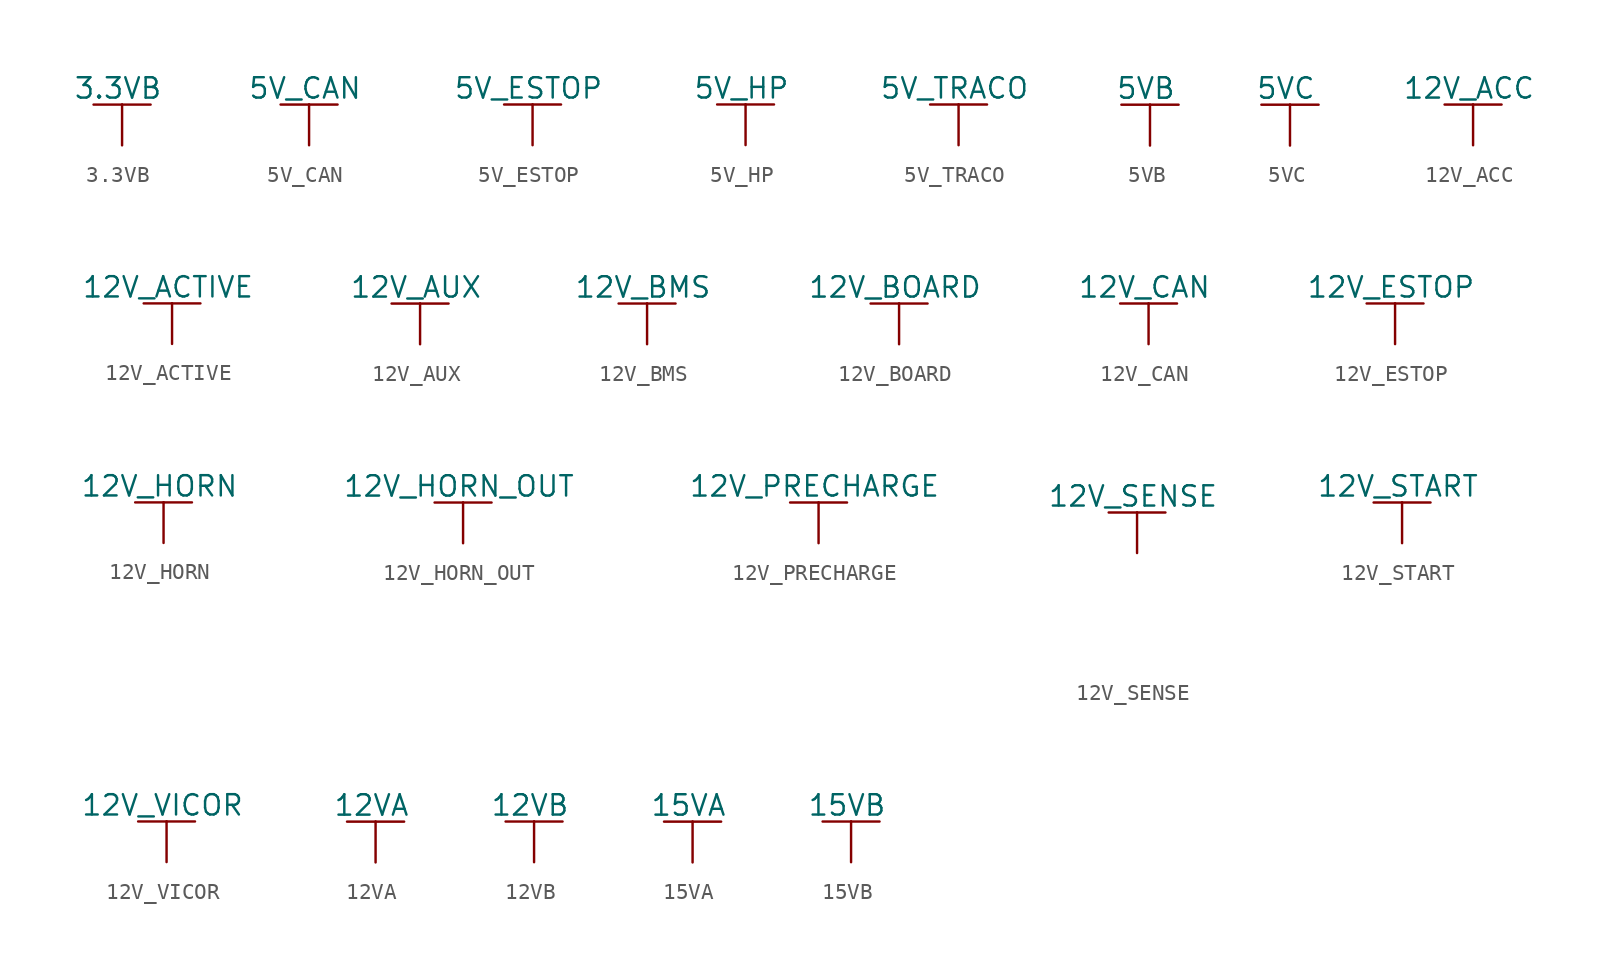
<source format=kicad_sym>
(kicad_symbol_lib
  (version 20231120)
  (generator "kicad_symbol_editor")
  (generator_version "8.0")
  (symbol "3.3VB"
    (power)
    (pin_numbers hide)
    (pin_names
      (offset 0) hide)
    (property "Reference" "#PWR"
      (at 0 -3.81 0)
      (effects (font (size 1.27 1.27)) (hide yes)))
    (property "Value" "3.3VB"
      (at -0.254 3.556 0)
      (effects (font (size 1.27 1.27))))
    (property "Footprint" ""
      (at 0 0 0)
      (effects (font (size 1.524 1.524))))
    (property "Datasheet" ""
      (at 0 0 0)
      (effects (font (size 1.524 1.524))))
    (symbol "3.3VB_0_1"
      (polyline (pts (xy -1.778 2.54) (xy 0 2.54)) (stroke (width 0) (type default)) (fill (type none)))
      (polyline (pts (xy 0 0) (xy 0 2.54)) (stroke (width 0) (type default)) (fill (type none)))
      (polyline (pts (xy 0 2.54) (xy 1.778 2.54)) (stroke (width 0) (type default)) (fill (type none))))
    (symbol "3.3VB_1_1"
      (pin power_in line (at 0 0 90) (length 0) hide (name "3.3VB" (effects (font (size 1.27 1.27)))) (number "1" (effects (font (size 1.27 1.27)))))))
  (symbol "5V_CAN"
    (power)
    (pin_numbers hide)
    (pin_names
      (offset 0) hide)
    (property "Reference" "#PWR"
      (at 0 -3.81 0)
      (effects (font (size 1.27 1.27)) (hide yes)))
    (property "Value" "5V_CAN"
      (at -0.254 3.556 0)
      (effects (font (size 1.27 1.27))))
    (property "Footprint" ""
      (at 0 0 0)
      (effects (font (size 1.524 1.524))))
    (property "Datasheet" ""
      (at 0 0 0)
      (effects (font (size 1.524 1.524))))
    (symbol "5V_CAN_0_1"
      (polyline (pts (xy -1.778 2.54) (xy 0 2.54)) (stroke (width 0) (type default)) (fill (type none)))
      (polyline (pts (xy 0 0) (xy 0 2.54)) (stroke (width 0) (type default)) (fill (type none)))
      (polyline (pts (xy 0 2.54) (xy 1.778 2.54)) (stroke (width 0) (type default)) (fill (type none))))
    (symbol "5V_CAN_1_1"
      (pin power_in line (at 0 0 90) (length 0) hide (name "5V_CAN" (effects (font (size 1.27 1.27)))) (number "1" (effects (font (size 1.27 1.27)))))))
  (symbol "5V_ESTOP"
    (power)
    (pin_numbers hide)
    (pin_names
      (offset 0) hide)
    (property "Reference" "#PWR"
      (at 0 -3.81 0)
      (effects (font (size 1.27 1.27)) (hide yes)))
    (property "Value" "5V_ESTOP"
      (at -0.254 3.556 0)
      (effects (font (size 1.27 1.27))))
    (property "Footprint" ""
      (at 0 0 0)
      (effects (font (size 1.524 1.524))))
    (property "Datasheet" ""
      (at 0 0 0)
      (effects (font (size 1.524 1.524))))
    (symbol "5V_ESTOP_0_1"
      (polyline (pts (xy -1.778 2.54) (xy 0 2.54)) (stroke (width 0) (type default)) (fill (type none)))
      (polyline (pts (xy 0 0) (xy 0 2.54)) (stroke (width 0) (type default)) (fill (type none)))
      (polyline (pts (xy 0 2.54) (xy 1.778 2.54)) (stroke (width 0) (type default)) (fill (type none))))
    (symbol "5V_ESTOP_1_1"
      (pin power_in line (at 0 0 90) (length 0) hide (name "5V_ESTOP" (effects (font (size 1.27 1.27)))) (number "1" (effects (font (size 1.27 1.27)))))))
  (symbol "5V_HP"
    (power)
    (pin_numbers hide)
    (pin_names
      (offset 0) hide)
    (property "Reference" "#PWR"
      (at 0 -3.81 0)
      (effects (font (size 1.27 1.27)) (hide yes)))
    (property "Value" "5V_HP"
      (at -0.254 3.556 0)
      (effects (font (size 1.27 1.27))))
    (property "Footprint" ""
      (at 0 0 0)
      (effects (font (size 1.524 1.524))))
    (property "Datasheet" ""
      (at 0 0 0)
      (effects (font (size 1.524 1.524))))
    (symbol "5V_HP_0_1"
      (polyline (pts (xy -1.778 2.54) (xy 0 2.54)) (stroke (width 0) (type default)) (fill (type none)))
      (polyline (pts (xy 0 0) (xy 0 2.54)) (stroke (width 0) (type default)) (fill (type none)))
      (polyline (pts (xy 0 2.54) (xy 1.778 2.54)) (stroke (width 0) (type default)) (fill (type none))))
    (symbol "5V_HP_1_1"
      (pin power_in line (at 0 0 90) (length 0) hide (name "5V_HP" (effects (font (size 1.27 1.27)))) (number "1" (effects (font (size 1.27 1.27)))))))
  (symbol "5V_TRACO"
    (power)
    (pin_numbers hide)
    (pin_names
      (offset 0) hide)
    (property "Reference" "#PWR"
      (at 0 -3.81 0)
      (effects (font (size 1.27 1.27)) (hide yes)))
    (property "Value" "5V_TRACO"
      (at -0.254 3.556 0)
      (effects (font (size 1.27 1.27))))
    (property "Footprint" ""
      (at 0 0 0)
      (effects (font (size 1.524 1.524))))
    (property "Datasheet" ""
      (at 0 0 0)
      (effects (font (size 1.524 1.524))))
    (symbol "5V_TRACO_0_1"
      (polyline (pts (xy -1.778 2.54) (xy 0 2.54)) (stroke (width 0) (type default)) (fill (type none)))
      (polyline (pts (xy 0 0) (xy 0 2.54)) (stroke (width 0) (type default)) (fill (type none)))
      (polyline (pts (xy 0 2.54) (xy 1.778 2.54)) (stroke (width 0) (type default)) (fill (type none))))
    (symbol "5V_TRACO_1_1"
      (pin power_in line (at 0 0 90) (length 0) hide (name "5V_TRACO" (effects (font (size 1.27 1.27)))) (number "1" (effects (font (size 1.27 1.27)))))))
  (symbol "5VB"
    (power)
    (pin_numbers hide)
    (pin_names
      (offset 0) hide)
    (property "Reference" "#PWR"
      (at 0 -3.81 0)
      (effects (font (size 1.27 1.27)) (hide yes)))
    (property "Value" "5VB"
      (at -0.254 3.556 0)
      (effects (font (size 1.27 1.27))))
    (property "Footprint" ""
      (at 0 0 0)
      (effects (font (size 1.524 1.524))))
    (property "Datasheet" ""
      (at 0 0 0)
      (effects (font (size 1.524 1.524))))
    (symbol "5VB_0_1"
      (polyline (pts (xy -1.778 2.54) (xy 0 2.54)) (stroke (width 0) (type default)) (fill (type none)))
      (polyline (pts (xy 0 0) (xy 0 2.54)) (stroke (width 0) (type default)) (fill (type none)))
      (polyline (pts (xy 0 2.54) (xy 1.778 2.54)) (stroke (width 0) (type default)) (fill (type none))))
    (symbol "5VB_1_1"
      (pin power_in line (at 0 0 90) (length 0) hide (name "5VB" (effects (font (size 1.27 1.27)))) (number "1" (effects (font (size 1.27 1.27)))))))
  (symbol "5VC"
    (power)
    (pin_numbers hide)
    (pin_names
      (offset 0) hide)
    (property "Reference" "#PWR"
      (at 0 -3.81 0)
      (effects (font (size 1.27 1.27)) (hide yes)))
    (property "Value" "5VC"
      (at -0.254 3.556 0)
      (effects (font (size 1.27 1.27))))
    (property "Footprint" ""
      (at 0 0 0)
      (effects (font (size 1.524 1.524))))
    (property "Datasheet" ""
      (at 0 0 0)
      (effects (font (size 1.524 1.524))))
    (symbol "5VC_0_1"
      (polyline (pts (xy -1.778 2.54) (xy 0 2.54)) (stroke (width 0) (type default)) (fill (type none)))
      (polyline (pts (xy 0 0) (xy 0 2.54)) (stroke (width 0) (type default)) (fill (type none)))
      (polyline (pts (xy 0 2.54) (xy 1.778 2.54)) (stroke (width 0) (type default)) (fill (type none))))
    (symbol "5VC_1_1"
      (pin power_in line (at 0 0 90) (length 0) hide (name "5VC" (effects (font (size 1.27 1.27)))) (number "1" (effects (font (size 1.27 1.27)))))))
  (symbol "12V_ACC"
    (power)
    (pin_numbers hide)
    (pin_names
      (offset 0) hide)
    (property "Reference" "#PWR"
      (at 0 -3.81 0)
      (effects (font (size 1.27 1.27)) (hide yes)))
    (property "Value" "12V_ACC"
      (at -0.254 3.556 0)
      (effects (font (size 1.27 1.27))))
    (property "Footprint" ""
      (at 0 0 0)
      (effects (font (size 1.524 1.524))))
    (property "Datasheet" ""
      (at 0 0 0)
      (effects (font (size 1.524 1.524))))
    (symbol "12V_ACC_0_1"
      (polyline (pts (xy -1.778 2.54) (xy 0 2.54)) (stroke (width 0) (type default)) (fill (type none)))
      (polyline (pts (xy 0 0) (xy 0 2.54)) (stroke (width 0) (type default)) (fill (type none)))
      (polyline (pts (xy 0 2.54) (xy 1.778 2.54)) (stroke (width 0) (type default)) (fill (type none))))
    (symbol "12V_ACC_1_1"
      (pin power_in line (at 0 0 90) (length 0) hide (name "12V_ACC" (effects (font (size 1.27 1.27)))) (number "1" (effects (font (size 1.27 1.27)))))))
  (symbol "12V_ACTIVE"
    (power)
    (pin_numbers hide)
    (pin_names
      (offset 0) hide)
    (property "Reference" "#PWR"
      (at 0 -3.81 0)
      (effects (font (size 1.27 1.27)) (hide yes)))
    (property "Value" "12V_ACTIVE"
      (at -0.254 3.556 0)
      (effects (font (size 1.27 1.27))))
    (property "Footprint" ""
      (at 0 0 0)
      (effects (font (size 1.524 1.524))))
    (property "Datasheet" ""
      (at 0 0 0)
      (effects (font (size 1.524 1.524))))
    (symbol "12V_ACTIVE_0_1"
      (polyline (pts (xy -1.778 2.54) (xy 0 2.54)) (stroke (width 0) (type default)) (fill (type none)))
      (polyline (pts (xy 0 0) (xy 0 2.54)) (stroke (width 0) (type default)) (fill (type none)))
      (polyline (pts (xy 0 2.54) (xy 1.778 2.54)) (stroke (width 0) (type default)) (fill (type none))))
    (symbol "12V_ACTIVE_1_1"
      (pin power_in line (at 0 0 90) (length 0) hide (name "12V_ACTIVE" (effects (font (size 1.27 1.27)))) (number "1" (effects (font (size 1.27 1.27)))))))
  (symbol "12V_AUX"
    (power)
    (pin_numbers hide)
    (pin_names
      (offset 0) hide)
    (property "Reference" "#PWR"
      (at 0 -3.81 0)
      (effects (font (size 1.27 1.27)) (hide yes)))
    (property "Value" "12V_AUX"
      (at -0.254 3.556 0)
      (effects (font (size 1.27 1.27))))
    (property "Footprint" ""
      (at 0 0 0)
      (effects (font (size 1.524 1.524))))
    (property "Datasheet" ""
      (at 0 0 0)
      (effects (font (size 1.524 1.524))))
    (symbol "12V_AUX_0_1"
      (polyline (pts (xy -1.778 2.54) (xy 0 2.54)) (stroke (width 0) (type default)) (fill (type none)))
      (polyline (pts (xy 0 0) (xy 0 2.54)) (stroke (width 0) (type default)) (fill (type none)))
      (polyline (pts (xy 0 2.54) (xy 1.778 2.54)) (stroke (width 0) (type default)) (fill (type none))))
    (symbol "12V_AUX_1_1"
      (pin power_in line (at 0 0 90) (length 0) hide (name "12V_AUX" (effects (font (size 1.27 1.27)))) (number "1" (effects (font (size 1.27 1.27)))))))
  (symbol "12V_BMS"
    (power)
    (pin_numbers hide)
    (pin_names
      (offset 0) hide)
    (property "Reference" "#PWR"
      (at 0 -3.81 0)
      (effects (font (size 1.27 1.27)) (hide yes)))
    (property "Value" "12V_BMS"
      (at -0.254 3.556 0)
      (effects (font (size 1.27 1.27))))
    (property "Footprint" ""
      (at 0 0 0)
      (effects (font (size 1.524 1.524))))
    (property "Datasheet" ""
      (at 0 0 0)
      (effects (font (size 1.524 1.524))))
    (symbol "12V_BMS_0_1"
      (polyline (pts (xy -1.778 2.54) (xy 0 2.54)) (stroke (width 0) (type default)) (fill (type none)))
      (polyline (pts (xy 0 0) (xy 0 2.54)) (stroke (width 0) (type default)) (fill (type none)))
      (polyline (pts (xy 0 2.54) (xy 1.778 2.54)) (stroke (width 0) (type default)) (fill (type none))))
    (symbol "12V_BMS_1_1"
      (pin power_in line (at 0 0 90) (length 0) hide (name "12V_BMS" (effects (font (size 1.27 1.27)))) (number "1" (effects (font (size 1.27 1.27)))))))
  (symbol "12V_BOARD"
    (power)
    (pin_numbers hide)
    (pin_names
      (offset 0) hide)
    (property "Reference" "#PWR"
      (at 0 -3.81 0)
      (effects (font (size 1.27 1.27)) (hide yes)))
    (property "Value" "12V_BOARD"
      (at -0.254 3.556 0)
      (effects (font (size 1.27 1.27))))
    (property "Footprint" ""
      (at 0 0 0)
      (effects (font (size 1.524 1.524))))
    (property "Datasheet" ""
      (at 0 0 0)
      (effects (font (size 1.524 1.524))))
    (symbol "12V_BOARD_0_1"
      (polyline (pts (xy -1.778 2.54) (xy 0 2.54)) (stroke (width 0) (type default)) (fill (type none)))
      (polyline (pts (xy 0 0) (xy 0 2.54)) (stroke (width 0) (type default)) (fill (type none)))
      (polyline (pts (xy 0 2.54) (xy 1.778 2.54)) (stroke (width 0) (type default)) (fill (type none))))
    (symbol "12V_BOARD_1_1"
      (pin power_in line (at 0 0 90) (length 0) hide (name "12V_BOARD" (effects (font (size 1.27 1.27)))) (number "1" (effects (font (size 1.27 1.27)))))))
  (symbol "12V_CAN"
    (power)
    (pin_numbers hide)
    (pin_names
      (offset 0) hide)
    (property "Reference" "#PWR"
      (at 0 -3.81 0)
      (effects (font (size 1.27 1.27)) (hide yes)))
    (property "Value" "12V_CAN"
      (at -0.254 3.556 0)
      (effects (font (size 1.27 1.27))))
    (property "Footprint" ""
      (at 0 0 0)
      (effects (font (size 1.524 1.524))))
    (property "Datasheet" ""
      (at 0 0 0)
      (effects (font (size 1.524 1.524))))
    (symbol "12V_CAN_0_1"
      (polyline (pts (xy -1.778 2.54) (xy 0 2.54)) (stroke (width 0) (type default)) (fill (type none)))
      (polyline (pts (xy 0 0) (xy 0 2.54)) (stroke (width 0) (type default)) (fill (type none)))
      (polyline (pts (xy 0 2.54) (xy 1.778 2.54)) (stroke (width 0) (type default)) (fill (type none))))
    (symbol "12V_CAN_1_1"
      (pin power_in line (at 0 0 90) (length 0) hide (name "12V_CAN" (effects (font (size 1.27 1.27)))) (number "1" (effects (font (size 1.27 1.27)))))))
  (symbol "12V_ESTOP"
    (power)
    (pin_numbers hide)
    (pin_names
      (offset 0) hide)
    (property "Reference" "#PWR"
      (at 0 -3.81 0)
      (effects (font (size 1.27 1.27)) (hide yes)))
    (property "Value" "12V_ESTOP"
      (at -0.254 3.556 0)
      (effects (font (size 1.27 1.27))))
    (property "Footprint" ""
      (at 0 0 0)
      (effects (font (size 1.524 1.524))))
    (property "Datasheet" ""
      (at 0 0 0)
      (effects (font (size 1.524 1.524))))
    (symbol "12V_ESTOP_0_1"
      (polyline (pts (xy -1.778 2.54) (xy 0 2.54)) (stroke (width 0) (type default)) (fill (type none)))
      (polyline (pts (xy 0 0) (xy 0 2.54)) (stroke (width 0) (type default)) (fill (type none)))
      (polyline (pts (xy 0 2.54) (xy 1.778 2.54)) (stroke (width 0) (type default)) (fill (type none))))
    (symbol "12V_ESTOP_1_1"
      (pin power_in line (at 0 0 90) (length 0) hide (name "12V_ESTOP" (effects (font (size 1.27 1.27)))) (number "1" (effects (font (size 1.27 1.27)))))))
  (symbol "12V_HORN"
    (power)
    (pin_numbers hide)
    (pin_names
      (offset 0) hide)
    (property "Reference" "#PWR"
      (at 0 -3.81 0)
      (effects (font (size 1.27 1.27)) (hide yes)))
    (property "Value" "12V_HORN"
      (at -0.254 3.556 0)
      (effects (font (size 1.27 1.27))))
    (property "Footprint" ""
      (at 0 0 0)
      (effects (font (size 1.524 1.524))))
    (property "Datasheet" ""
      (at 0 0 0)
      (effects (font (size 1.524 1.524))))
    (symbol "12V_HORN_0_1"
      (polyline (pts (xy -1.778 2.54) (xy 0 2.54)) (stroke (width 0) (type default)) (fill (type none)))
      (polyline (pts (xy 0 0) (xy 0 2.54)) (stroke (width 0) (type default)) (fill (type none)))
      (polyline (pts (xy 0 2.54) (xy 1.778 2.54)) (stroke (width 0) (type default)) (fill (type none))))
    (symbol "12V_HORN_1_1"
      (pin power_in line (at 0 0 90) (length 0) hide (name "12V_HORN" (effects (font (size 1.27 1.27)))) (number "1" (effects (font (size 1.27 1.27)))))))
  (symbol "12V_HORN_OUT"
    (power)
    (pin_numbers hide)
    (pin_names
      (offset 0) hide)
    (property "Reference" "#PWR"
      (at 0 -3.81 0)
      (effects (font (size 1.27 1.27)) (hide yes)))
    (property "Value" "12V_HORN_OUT"
      (at -0.254 3.556 0)
      (effects (font (size 1.27 1.27))))
    (property "Footprint" ""
      (at 0 0 0)
      (effects (font (size 1.524 1.524))))
    (property "Datasheet" ""
      (at 0 0 0)
      (effects (font (size 1.524 1.524))))
    (symbol "12V_HORN_OUT_0_1"
      (polyline (pts (xy -1.778 2.54) (xy 0 2.54)) (stroke (width 0) (type default)) (fill (type none)))
      (polyline (pts (xy 0 0) (xy 0 2.54)) (stroke (width 0) (type default)) (fill (type none)))
      (polyline (pts (xy 0 2.54) (xy 1.778 2.54)) (stroke (width 0) (type default)) (fill (type none))))
    (symbol "12V_HORN_OUT_1_1"
      (pin power_in line (at 0 0 90) (length 0) hide (name "12V_HORN_OUT" (effects (font (size 1.27 1.27)))) (number "1" (effects (font (size 1.27 1.27)))))))
  (symbol "12V_PRECHARGE"
    (power)
    (pin_numbers hide)
    (pin_names
      (offset 0) hide)
    (property "Reference" "#PWR"
      (at 0 -3.81 0)
      (effects (font (size 1.27 1.27)) (hide yes)))
    (property "Value" "12V_PRECHARGE"
      (at -0.254 3.556 0)
      (effects (font (size 1.27 1.27))))
    (property "Footprint" ""
      (at 0 0 0)
      (effects (font (size 1.524 1.524))))
    (property "Datasheet" ""
      (at 0 0 0)
      (effects (font (size 1.524 1.524))))
    (symbol "12V_PRECHARGE_0_1"
      (polyline (pts (xy -1.778 2.54) (xy 0 2.54)) (stroke (width 0) (type default)) (fill (type none)))
      (polyline (pts (xy 0 0) (xy 0 2.54)) (stroke (width 0) (type default)) (fill (type none)))
      (polyline (pts (xy 0 2.54) (xy 1.778 2.54)) (stroke (width 0) (type default)) (fill (type none))))
    (symbol "12V_PRECHARGE_1_1"
      (pin power_in line (at 0 0 90) (length 0) hide (name "12V_PRECHARGE" (effects (font (size 1.27 1.27)))) (number "1" (effects (font (size 1.27 1.27)))))))
  (symbol "12V_SENSE"
    (power)
    (pin_numbers hide)
    (pin_names
      (offset 0) hide)
    (property "Reference" "#PWR"
      (at 0 -3.81 0)
      (effects (font (size 1.27 1.27)) (hide yes)))
    (property "Value" "12V_SENSE"
      (at -0.254 3.556 0)
      (effects (font (size 1.27 1.27))))
    (property "Footprint" ""
      (at -2.54 -6.35 0)
      (effects (font (size 1.524 1.524))))
    (property "Datasheet" ""
      (at 0 -3.81 0)
      (effects (font (size 1.524 1.524))))
    (symbol "12V_SENSE_0_1"
      (polyline (pts (xy -1.778 2.54) (xy 0 2.54)) (stroke (width 0) (type default)) (fill (type none)))
      (polyline (pts (xy 0 0) (xy 0 2.54)) (stroke (width 0) (type default)) (fill (type none)))
      (polyline (pts (xy 0 2.54) (xy 1.778 2.54)) (stroke (width 0) (type default)) (fill (type none))))
    (symbol "12V_SENSE_1_1"
      (pin power_in line (at 0 0 90) (length 0) hide (name "12V_SENSE" (effects (font (size 1.27 1.27)))) (number "1" (effects (font (size 1.27 1.27)))))))
  (symbol "12V_START"
    (power)
    (pin_numbers hide)
    (pin_names
      (offset 0) hide)
    (property "Reference" "PWR"
      (at 0 -3.81 0)
      (effects (font (size 1.27 1.27)) (hide yes)))
    (property "Value" "12V_START"
      (at -0.254 3.556 0)
      (effects (font (size 1.27 1.27))))
    (property "Footprint" ""
      (at 0 0 0)
      (effects (font (size 1.524 1.524))))
    (property "Datasheet" ""
      (at 0 0 0)
      (effects (font (size 1.524 1.524))))
    (symbol "12V_START_0_1"
      (polyline (pts (xy -1.778 2.54) (xy 0 2.54)) (stroke (width 0) (type default)) (fill (type none)))
      (polyline (pts (xy 0 0) (xy 0 2.54)) (stroke (width 0) (type default)) (fill (type none)))
      (polyline (pts (xy 0 2.54) (xy 1.778 2.54)) (stroke (width 0) (type default)) (fill (type none))))
    (symbol "12V_START_1_1"
      (pin power_in line (at 0 0 90) (length 0) hide (name "12V_START" (effects (font (size 1.27 1.27)))) (number "1" (effects (font (size 1.27 1.27)))))))
  (symbol "12V_VICOR"
    (power)
    (pin_numbers hide)
    (pin_names
      (offset 0) hide)
    (property "Reference" "#PWR"
      (at 0 -3.81 0)
      (effects (font (size 1.27 1.27)) (hide yes)))
    (property "Value" "12V_VICOR"
      (at -0.254 3.556 0)
      (effects (font (size 1.27 1.27))))
    (property "Footprint" ""
      (at 0 0 0)
      (effects (font (size 1.524 1.524))))
    (property "Datasheet" ""
      (at 0 0 0)
      (effects (font (size 1.524 1.524))))
    (symbol "12V_VICOR_0_1"
      (polyline (pts (xy -1.778 2.54) (xy 0 2.54)) (stroke (width 0) (type default)) (fill (type none)))
      (polyline (pts (xy 0 0) (xy 0 2.54)) (stroke (width 0) (type default)) (fill (type none)))
      (polyline (pts (xy 0 2.54) (xy 1.778 2.54)) (stroke (width 0) (type default)) (fill (type none))))
    (symbol "12V_VICOR_1_1"
      (pin power_in line (at 0 0 90) (length 0) hide (name "12V_VICOR" (effects (font (size 1.27 1.27)))) (number "1" (effects (font (size 1.27 1.27)))))))
  (symbol "12VA"
    (power)
    (pin_numbers hide)
    (pin_names
      (offset 0) hide)
    (property "Reference" "#PWR"
      (at 0 -3.81 0)
      (effects (font (size 1.27 1.27)) (hide yes)))
    (property "Value" "12VA"
      (at -0.254 3.556 0)
      (effects (font (size 1.27 1.27))))
    (property "Footprint" ""
      (at 0 0 0)
      (effects (font (size 1.524 1.524))))
    (property "Datasheet" ""
      (at 0 0 0)
      (effects (font (size 1.524 1.524))))
    (symbol "12VA_0_1"
      (polyline (pts (xy -1.778 2.54) (xy 0 2.54)) (stroke (width 0) (type default)) (fill (type none)))
      (polyline (pts (xy 0 0) (xy 0 2.54)) (stroke (width 0) (type default)) (fill (type none)))
      (polyline (pts (xy 0 2.54) (xy 1.778 2.54)) (stroke (width 0) (type default)) (fill (type none))))
    (symbol "12VA_1_1"
      (pin power_in line (at 0 0 90) (length 0) hide (name "12VA" (effects (font (size 1.27 1.27)))) (number "1" (effects (font (size 1.27 1.27)))))))
  (symbol "12VB"
    (power)
    (pin_numbers hide)
    (pin_names
      (offset 0) hide)
    (property "Reference" "#PWR"
      (at 0 -3.81 0)
      (effects (font (size 1.27 1.27)) (hide yes)))
    (property "Value" "12VB"
      (at -0.254 3.556 0)
      (effects (font (size 1.27 1.27))))
    (property "Footprint" ""
      (at 0 0 0)
      (effects (font (size 1.524 1.524))))
    (property "Datasheet" ""
      (at 0 0 0)
      (effects (font (size 1.524 1.524))))
    (symbol "12VB_0_1"
      (polyline (pts (xy -1.778 2.54) (xy 0 2.54)) (stroke (width 0) (type default)) (fill (type none)))
      (polyline (pts (xy 0 0) (xy 0 2.54)) (stroke (width 0) (type default)) (fill (type none)))
      (polyline (pts (xy 0 2.54) (xy 1.778 2.54)) (stroke (width 0) (type default)) (fill (type none))))
    (symbol "12VB_1_1"
      (pin power_in line (at 0 0 90) (length 0) hide (name "12VB" (effects (font (size 1.27 1.27)))) (number "1" (effects (font (size 1.27 1.27)))))))
  (symbol "15VA"
    (power)
    (pin_numbers hide)
    (pin_names
      (offset 0) hide)
    (property "Reference" "#PWR"
      (at 0 -3.81 0)
      (effects (font (size 1.27 1.27)) (hide yes)))
    (property "Value" "15VA"
      (at -0.254 3.556 0)
      (effects (font (size 1.27 1.27))))
    (property "Footprint" ""
      (at 0 0 0)
      (effects (font (size 1.524 1.524))))
    (property "Datasheet" ""
      (at 0 0 0)
      (effects (font (size 1.524 1.524))))
    (symbol "15VA_0_1"
      (polyline (pts (xy -1.778 2.54) (xy 0 2.54)) (stroke (width 0) (type default)) (fill (type none)))
      (polyline (pts (xy 0 0) (xy 0 2.54)) (stroke (width 0) (type default)) (fill (type none)))
      (polyline (pts (xy 0 2.54) (xy 1.778 2.54)) (stroke (width 0) (type default)) (fill (type none))))
    (symbol "15VA_1_1"
      (pin power_in line (at 0 0 90) (length 0) hide (name "15VA" (effects (font (size 1.27 1.27)))) (number "1" (effects (font (size 1.27 1.27)))))))
  (symbol "15VB"
    (power)
    (pin_numbers hide)
    (pin_names
      (offset 0) hide)
    (property "Reference" "#PWR"
      (at 0 -3.81 0)
      (effects (font (size 1.27 1.27)) (hide yes)))
    (property "Value" "15VB"
      (at -0.254 3.556 0)
      (effects (font (size 1.27 1.27))))
    (property "Footprint" ""
      (at 0 0 0)
      (effects (font (size 1.524 1.524))))
    (property "Datasheet" ""
      (at 0 0 0)
      (effects (font (size 1.524 1.524))))
    (symbol "15VB_0_1"
      (polyline (pts (xy -1.778 2.54) (xy 0 2.54)) (stroke (width 0) (type default)) (fill (type none)))
      (polyline (pts (xy 0 0) (xy 0 2.54)) (stroke (width 0) (type default)) (fill (type none)))
      (polyline (pts (xy 0 2.54) (xy 1.778 2.54)) (stroke (width 0) (type default)) (fill (type none))))
    (symbol "15VB_1_1"
      (pin power_in line (at 0 0 90) (length 0) hide (name "15VB" (effects (font (size 1.27 1.27)))) (number "1" (effects (font (size 1.27 1.27))))))))
</source>
